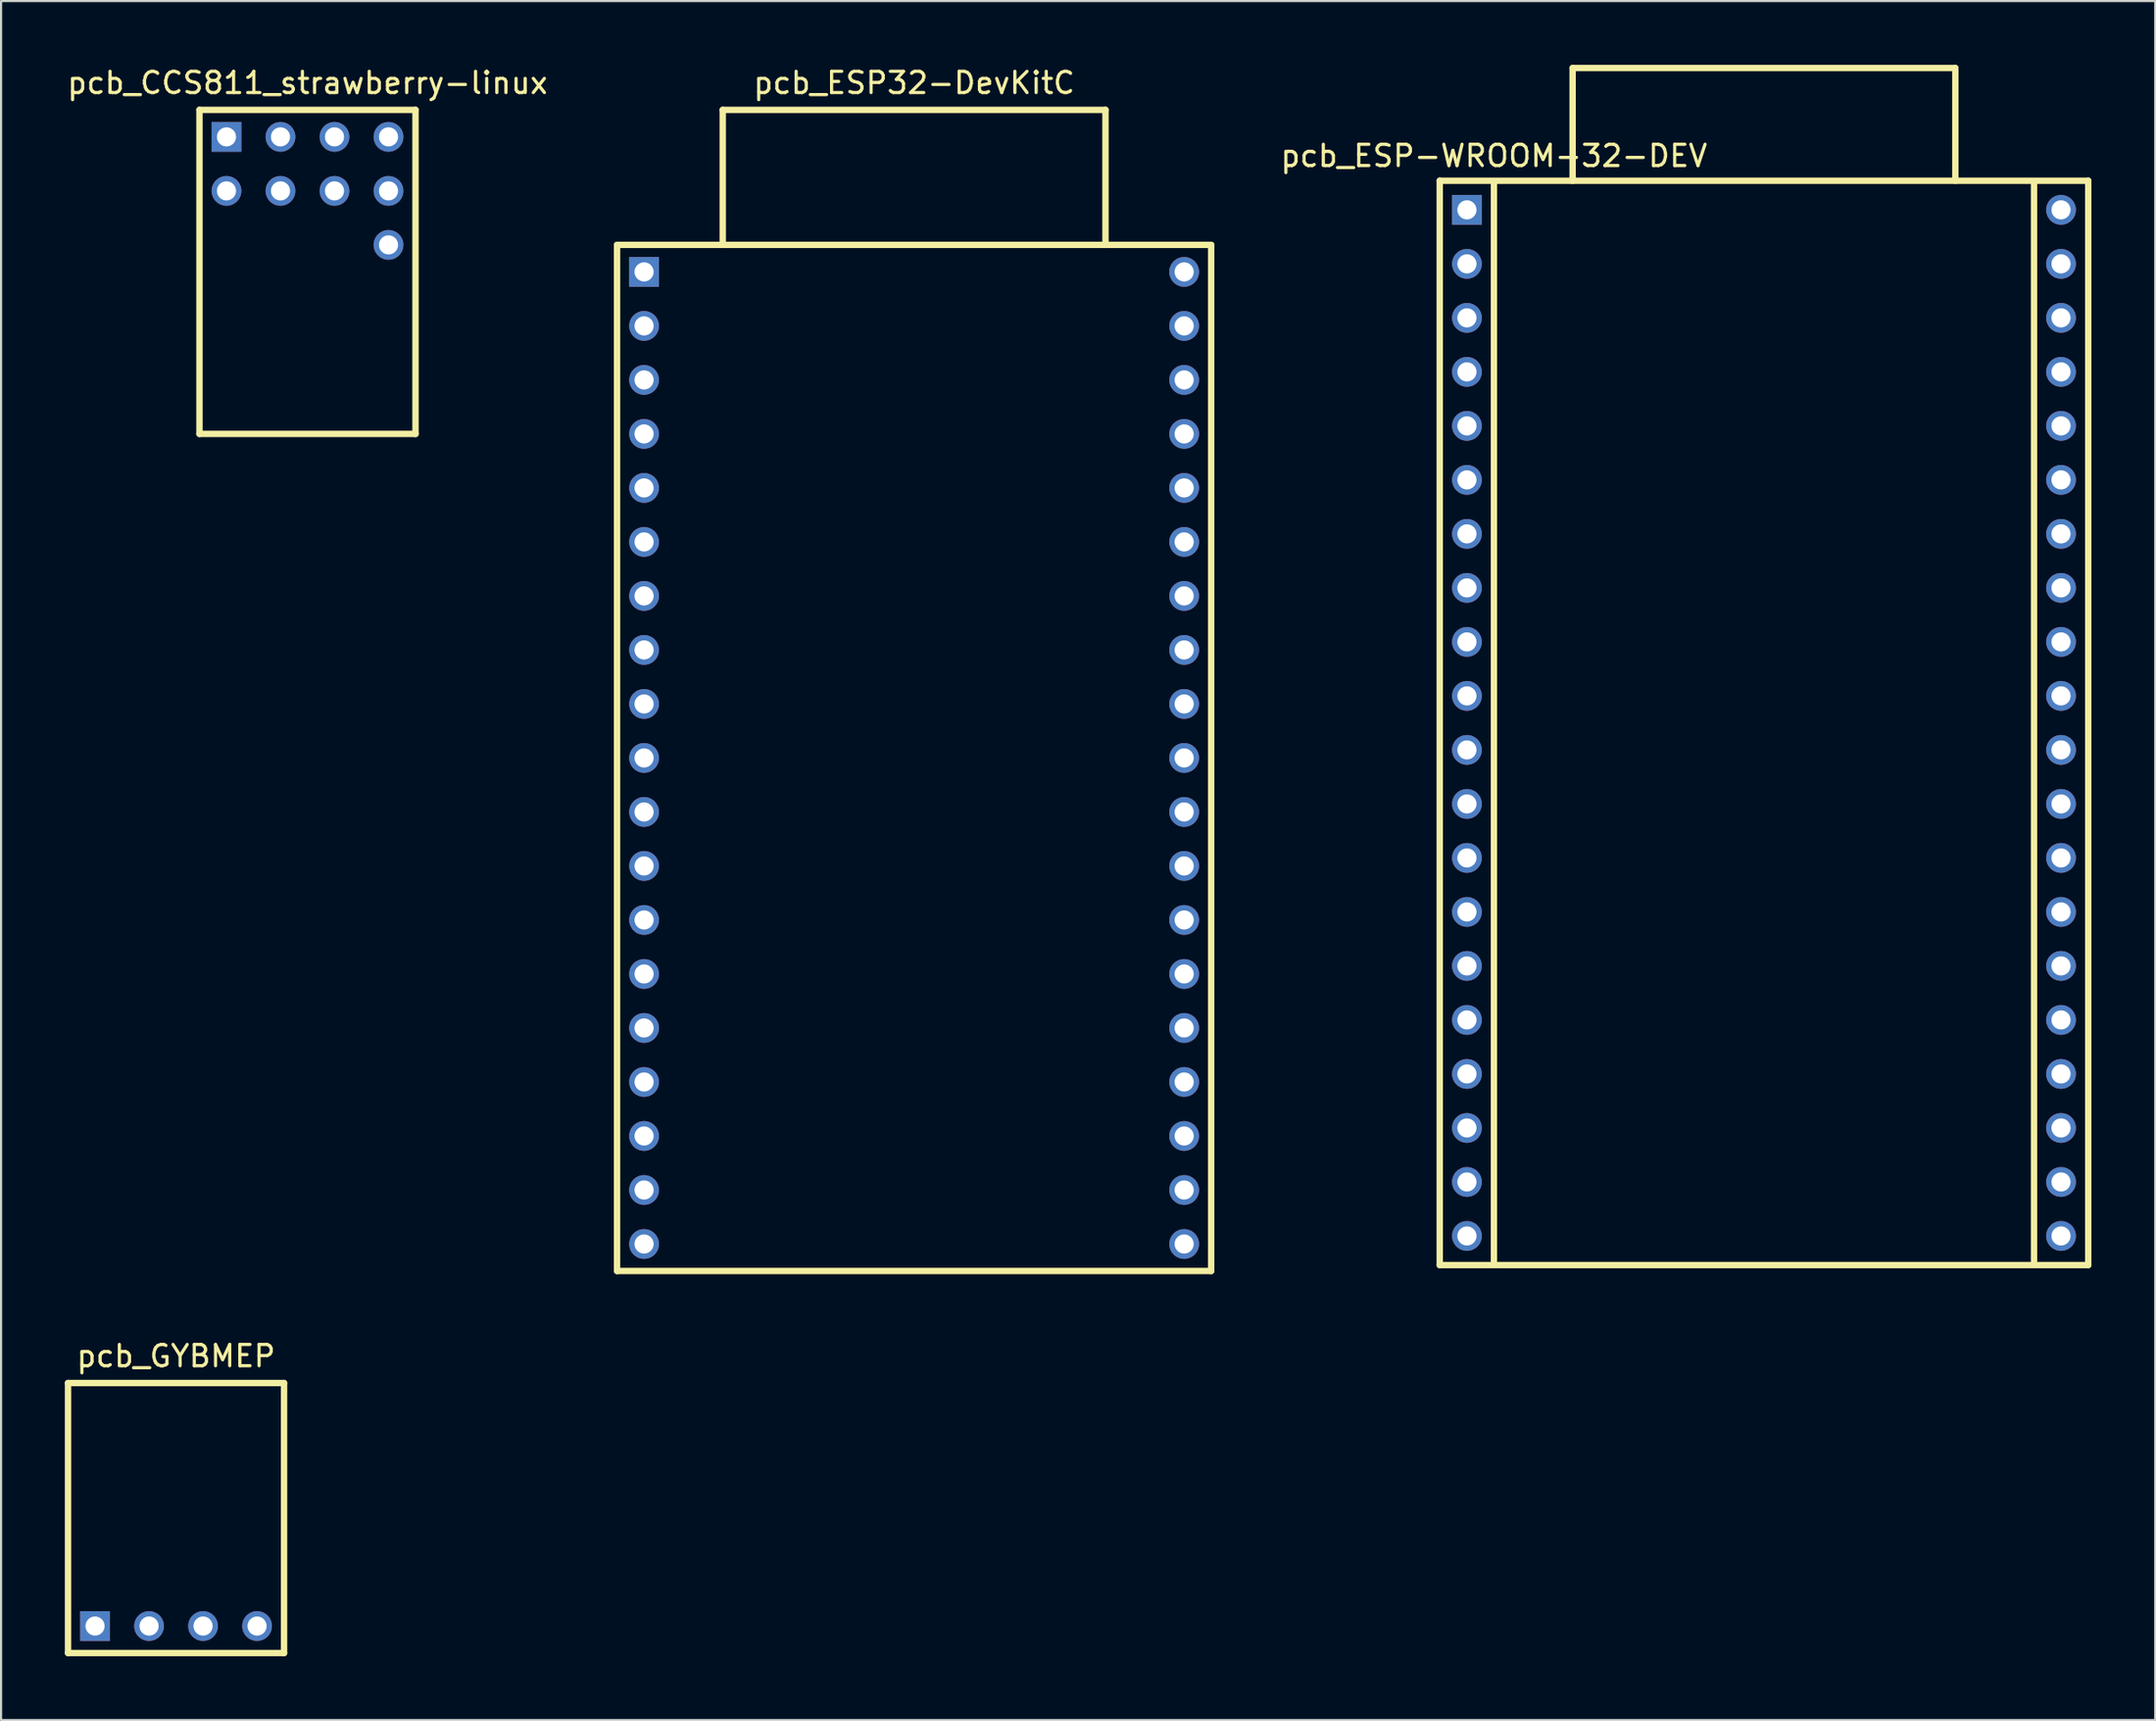
<source format=kicad_pcb>
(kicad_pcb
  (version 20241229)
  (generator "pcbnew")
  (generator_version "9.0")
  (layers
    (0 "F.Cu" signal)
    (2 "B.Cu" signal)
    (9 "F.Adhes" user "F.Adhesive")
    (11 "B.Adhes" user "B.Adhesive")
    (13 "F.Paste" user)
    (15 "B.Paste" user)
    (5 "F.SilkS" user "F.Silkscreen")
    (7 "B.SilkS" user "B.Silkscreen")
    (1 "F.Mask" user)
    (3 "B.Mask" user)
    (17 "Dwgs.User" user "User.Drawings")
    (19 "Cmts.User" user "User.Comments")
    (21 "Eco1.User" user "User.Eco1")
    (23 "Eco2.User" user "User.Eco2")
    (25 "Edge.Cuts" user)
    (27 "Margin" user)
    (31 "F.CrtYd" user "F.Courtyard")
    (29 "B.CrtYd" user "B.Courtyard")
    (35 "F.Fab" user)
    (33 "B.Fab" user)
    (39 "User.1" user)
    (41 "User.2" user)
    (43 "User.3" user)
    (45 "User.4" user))
  (footprint "pcb_ESP32-DevKitC"
    (layer "F.Cu")
    (at 39.941 32.598)
    (property "Reference" "pcb_ESP32-DevKitC" (at 0 -31.75 0) (layer "F.SilkS") (effects (font (size 1 1) (thickness 0.15))))
    (attr through_hole)
    (fp_line (start -13.97 -24.13) (end -13.97 24.13) (stroke (width 0.3) (type solid)) (layer "F.SilkS"))
    (fp_line (start -13.97 24.13) (end 13.97 24.13) (stroke (width 0.3) (type solid)) (layer "F.SilkS"))
    (fp_line (start -9 -30.48) (end 9 -30.48) (stroke (width 0.3) (type solid)) (layer "F.SilkS"))
    (fp_line (start -9 -24.13) (end -9 -30.48) (stroke (width 0.3) (type solid)) (layer "F.SilkS"))
    (fp_line (start 9 -30.48) (end 9 -24.13) (stroke (width 0.3) (type solid)) (layer "F.SilkS"))
    (fp_line (start 13.97 -24.13) (end -13.97 -24.13) (stroke (width 0.3) (type solid)) (layer "F.SilkS"))
    (fp_line (start 13.97 24.13) (end 13.97 -24.13) (stroke (width 0.3) (type solid)) (layer "F.SilkS"))
    (pad "1" thru_hole rect (at -12.7 -22.86) (size 1.4 1.4) (drill 0.9) (layers "*.Cu" "*.Mask"))
    (pad "2" thru_hole circle (at -12.7 -20.32) (size 1.4 1.4) (drill 0.9) (layers "*.Cu" "*.Mask"))
    (pad "3" thru_hole circle (at -12.7 -17.78) (size 1.4 1.4) (drill 0.9) (layers "*.Cu" "*.Mask"))
    (pad "4" thru_hole circle (at -12.7 -15.24) (size 1.4 1.4) (drill 0.9) (layers "*.Cu" "*.Mask"))
    (pad "5" thru_hole circle (at -12.7 -12.7) (size 1.4 1.4) (drill 0.9) (layers "*.Cu" "*.Mask"))
    (pad "6" thru_hole circle (at -12.7 -10.16) (size 1.4 1.4) (drill 0.9) (layers "*.Cu" "*.Mask"))
    (pad "7" thru_hole circle (at -12.7 -7.62) (size 1.4 1.4) (drill 0.9) (layers "*.Cu" "*.Mask"))
    (pad "8" thru_hole circle (at -12.7 -5.08) (size 1.4 1.4) (drill 0.9) (layers "*.Cu" "*.Mask"))
    (pad "9" thru_hole circle (at -12.7 -2.54) (size 1.4 1.4) (drill 0.9) (layers "*.Cu" "*.Mask"))
    (pad "10" thru_hole circle (at -12.7 0) (size 1.4 1.4) (drill 0.9) (layers "*.Cu" "*.Mask"))
    (pad "11" thru_hole circle (at -12.7 2.54) (size 1.4 1.4) (drill 0.9) (layers "*.Cu" "*.Mask"))
    (pad "12" thru_hole circle (at -12.7 5.08) (size 1.4 1.4) (drill 0.9) (layers "*.Cu" "*.Mask"))
    (pad "13" thru_hole circle (at -12.7 7.62) (size 1.4 1.4) (drill 0.9) (layers "*.Cu" "*.Mask"))
    (pad "14" thru_hole circle (at -12.7 10.16) (size 1.4 1.4) (drill 0.9) (layers "*.Cu" "*.Mask"))
    (pad "15" thru_hole circle (at -12.7 12.7) (size 1.4 1.4) (drill 0.9) (layers "*.Cu" "*.Mask"))
    (pad "16" thru_hole circle (at -12.7 15.24) (size 1.4 1.4) (drill 0.9) (layers "*.Cu" "*.Mask"))
    (pad "17" thru_hole circle (at -12.7 17.78) (size 1.4 1.4) (drill 0.9) (layers "*.Cu" "*.Mask"))
    (pad "18" thru_hole circle (at -12.7 20.32) (size 1.4 1.4) (drill 0.9) (layers "*.Cu" "*.Mask"))
    (pad "19" thru_hole circle (at -12.7 22.86) (size 1.4 1.4) (drill 0.9) (layers "*.Cu" "*.Mask"))
    (pad "20" thru_hole circle (at 12.7 22.86) (size 1.4 1.4) (drill 0.9) (layers "*.Cu" "*.Mask"))
    (pad "21" thru_hole circle (at 12.7 20.32) (size 1.4 1.4) (drill 0.9) (layers "*.Cu" "*.Mask"))
    (pad "22" thru_hole circle (at 12.7 17.78) (size 1.4 1.4) (drill 0.9) (layers "*.Cu" "*.Mask"))
    (pad "23" thru_hole circle (at 12.7 15.24) (size 1.4 1.4) (drill 0.9) (layers "*.Cu" "*.Mask"))
    (pad "24" thru_hole circle (at 12.7 12.7) (size 1.4 1.4) (drill 0.9) (layers "*.Cu" "*.Mask"))
    (pad "25" thru_hole circle (at 12.7 10.16) (size 1.4 1.4) (drill 0.9) (layers "*.Cu" "*.Mask"))
    (pad "26" thru_hole circle (at 12.7 7.62) (size 1.4 1.4) (drill 0.9) (layers "*.Cu" "*.Mask"))
    (pad "27" thru_hole circle (at 12.7 5.08) (size 1.4 1.4) (drill 0.9) (layers "*.Cu" "*.Mask"))
    (pad "28" thru_hole circle (at 12.7 2.54) (size 1.4 1.4) (drill 0.9) (layers "*.Cu" "*.Mask"))
    (pad "29" thru_hole circle (at 12.7 0) (size 1.4 1.4) (drill 0.9) (layers "*.Cu" "*.Mask"))
    (pad "30" thru_hole circle (at 12.7 -2.54) (size 1.4 1.4) (drill 0.9) (layers "*.Cu" "*.Mask"))
    (pad "31" thru_hole circle (at 12.7 -5.08) (size 1.4 1.4) (drill 0.9) (layers "*.Cu" "*.Mask"))
    (pad "32" thru_hole circle (at 12.7 -7.62) (size 1.4 1.4) (drill 0.9) (layers "*.Cu" "*.Mask"))
    (pad "33" thru_hole circle (at 12.7 -10.16) (size 1.4 1.4) (drill 0.9) (layers "*.Cu" "*.Mask"))
    (pad "34" thru_hole circle (at 12.7 -12.7) (size 1.4 1.4) (drill 0.9) (layers "*.Cu" "*.Mask"))
    (pad "35" thru_hole circle (at 12.7 -15.24) (size 1.4 1.4) (drill 0.9) (layers "*.Cu" "*.Mask"))
    (pad "36" thru_hole circle (at 12.7 -17.78) (size 1.4 1.4) (drill 0.9) (layers "*.Cu" "*.Mask"))
    (pad "37" thru_hole circle (at 12.7 -20.32) (size 1.4 1.4) (drill 0.9) (layers "*.Cu" "*.Mask"))
    (pad "38" thru_hole circle (at 12.7 -22.86) (size 1.4 1.4) (drill 0.9) (layers "*.Cu" "*.Mask")))
  (footprint "pcb_ESP-WROOM-32-DEV"
    (layer "F.Cu")
    (at 79.91 30.95)
    (property "Reference" "pcb_ESP-WROOM-32-DEV" (at -12.7 -26.67 0) (layer "F.SilkS") (effects (font (size 1 1) (thickness 0.15))))
    (attr through_hole)
    (fp_line (start -15.25 -25.5) (end -15.25 25.5) (stroke (width 0.3) (type solid)) (layer "F.SilkS"))
    (fp_line (start -15.25 -25.5) (end 15.25 -25.5) (stroke (width 0.3) (type solid)) (layer "F.SilkS"))
    (fp_line (start -15.25 25.5) (end 15.25 25.5) (stroke (width 0.3) (type solid)) (layer "F.SilkS"))
    (fp_line (start -12.7 25.4) (end -12.7 -25.4) (stroke (width 0.3) (type solid)) (layer "F.SilkS"))
    (fp_line (start -9 -30.8) (end 9 -30.8) (stroke (width 0.3) (type solid)) (layer "F.SilkS"))
    (fp_line (start -9 -25.5) (end -9 -30.8) (stroke (width 0.3) (type solid)) (layer "F.SilkS"))
    (fp_line (start 9 -30.8) (end 9 -25.5) (stroke (width 0.3) (type solid)) (layer "F.SilkS"))
    (fp_line (start 12.7 -25.4) (end 12.7 25.4) (stroke (width 0.3) (type solid)) (layer "F.SilkS"))
    (fp_line (start 15.25 -25.5) (end 15.25 25.5) (stroke (width 0.3) (type solid)) (layer "F.SilkS"))
    (pad "1" thru_hole rect (at -13.97 -24.13) (size 1.4 1.4) (drill 0.9) (layers "*.Cu" "*.Mask"))
    (pad "2" thru_hole circle (at -13.97 -21.59) (size 1.4 1.4) (drill 0.9) (layers "*.Cu" "*.Mask"))
    (pad "3" thru_hole circle (at -13.97 -19.05) (size 1.4 1.4) (drill 0.9) (layers "*.Cu" "*.Mask"))
    (pad "4" thru_hole circle (at -13.97 -16.51) (size 1.4 1.4) (drill 0.9) (layers "*.Cu" "*.Mask"))
    (pad "5" thru_hole circle (at -13.97 -13.97) (size 1.4 1.4) (drill 0.9) (layers "*.Cu" "*.Mask"))
    (pad "6" thru_hole circle (at -13.97 -11.43) (size 1.4 1.4) (drill 0.9) (layers "*.Cu" "*.Mask"))
    (pad "7" thru_hole circle (at -13.97 -8.89) (size 1.4 1.4) (drill 0.9) (layers "*.Cu" "*.Mask"))
    (pad "8" thru_hole circle (at -13.97 -6.35) (size 1.4 1.4) (drill 0.9) (layers "*.Cu" "*.Mask"))
    (pad "9" thru_hole circle (at -13.97 -3.81) (size 1.4 1.4) (drill 0.9) (layers "*.Cu" "*.Mask"))
    (pad "10" thru_hole circle (at -13.97 -1.27) (size 1.4 1.4) (drill 0.9) (layers "*.Cu" "*.Mask"))
    (pad "11" thru_hole circle (at -13.97 1.27) (size 1.4 1.4) (drill 0.9) (layers "*.Cu" "*.Mask"))
    (pad "12" thru_hole circle (at -13.97 3.81) (size 1.4 1.4) (drill 0.9) (layers "*.Cu" "*.Mask"))
    (pad "13" thru_hole circle (at -13.97 6.35) (size 1.4 1.4) (drill 0.9) (layers "*.Cu" "*.Mask"))
    (pad "14" thru_hole circle (at -13.97 8.89) (size 1.4 1.4) (drill 0.9) (layers "*.Cu" "*.Mask"))
    (pad "15" thru_hole circle (at -13.97 11.43) (size 1.4 1.4) (drill 0.9) (layers "*.Cu" "*.Mask"))
    (pad "16" thru_hole circle (at -13.97 13.97) (size 1.4 1.4) (drill 0.9) (layers "*.Cu" "*.Mask"))
    (pad "17" thru_hole circle (at -13.97 16.51) (size 1.4 1.4) (drill 0.9) (layers "*.Cu" "*.Mask"))
    (pad "18" thru_hole circle (at -13.97 19.05) (size 1.4 1.4) (drill 0.9) (layers "*.Cu" "*.Mask"))
    (pad "19" thru_hole circle (at -13.97 21.59) (size 1.4 1.4) (drill 0.9) (layers "*.Cu" "*.Mask"))
    (pad "20" thru_hole circle (at -13.97 24.13) (size 1.4 1.4) (drill 0.9) (layers "*.Cu" "*.Mask"))
    (pad "21" thru_hole circle (at 13.97 24.13) (size 1.4 1.4) (drill 0.9) (layers "*.Cu" "*.Mask"))
    (pad "22" thru_hole circle (at 13.97 21.59) (size 1.4 1.4) (drill 0.9) (layers "*.Cu" "*.Mask"))
    (pad "23" thru_hole circle (at 13.97 19.05) (size 1.4 1.4) (drill 0.9) (layers "*.Cu" "*.Mask"))
    (pad "24" thru_hole circle (at 13.97 16.51) (size 1.4 1.4) (drill 0.9) (layers "*.Cu" "*.Mask"))
    (pad "25" thru_hole circle (at 13.97 13.97) (size 1.4 1.4) (drill 0.9) (layers "*.Cu" "*.Mask"))
    (pad "26" thru_hole circle (at 13.97 11.43) (size 1.4 1.4) (drill 0.9) (layers "*.Cu" "*.Mask"))
    (pad "27" thru_hole circle (at 13.97 8.89) (size 1.4 1.4) (drill 0.9) (layers "*.Cu" "*.Mask"))
    (pad "28" thru_hole circle (at 13.97 6.35) (size 1.4 1.4) (drill 0.9) (layers "*.Cu" "*.Mask"))
    (pad "29" thru_hole circle (at 13.97 3.81) (size 1.4 1.4) (drill 0.9) (layers "*.Cu" "*.Mask"))
    (pad "30" thru_hole circle (at 13.97 1.27) (size 1.4 1.4) (drill 0.9) (layers "*.Cu" "*.Mask"))
    (pad "31" thru_hole circle (at 13.97 -1.27) (size 1.4 1.4) (drill 0.9) (layers "*.Cu" "*.Mask"))
    (pad "32" thru_hole circle (at 13.97 -3.81) (size 1.4 1.4) (drill 0.9) (layers "*.Cu" "*.Mask"))
    (pad "33" thru_hole circle (at 13.97 -6.35) (size 1.4 1.4) (drill 0.9) (layers "*.Cu" "*.Mask"))
    (pad "34" thru_hole circle (at 13.97 -8.89) (size 1.4 1.4) (drill 0.9) (layers "*.Cu" "*.Mask"))
    (pad "35" thru_hole circle (at 13.97 -11.43) (size 1.4 1.4) (drill 0.9) (layers "*.Cu" "*.Mask"))
    (pad "36" thru_hole circle (at 13.97 -13.97) (size 1.4 1.4) (drill 0.9) (layers "*.Cu" "*.Mask"))
    (pad "37" thru_hole circle (at 13.97 -16.51) (size 1.4 1.4) (drill 0.9) (layers "*.Cu" "*.Mask"))
    (pad "38" thru_hole circle (at 13.97 -19.05) (size 1.4 1.4) (drill 0.9) (layers "*.Cu" "*.Mask"))
    (pad "39" thru_hole circle (at 13.97 -21.59) (size 1.4 1.4) (drill 0.9) (layers "*.Cu" "*.Mask"))
    (pad "40" thru_hole circle (at 13.97 -24.13) (size 1.4 1.4) (drill 0.9) (layers "*.Cu" "*.Mask")))
  (footprint "pcb_CCS811_strawberry-linux"
    (layer "F.Cu")
    (at 11.411 4.658)
    (property "Reference" "pcb_CCS811_strawberry-linux" (at 0 -3.81 0) (layer "F.SilkS") (effects (font (size 1 1) (thickness 0.15))))
    (attr through_hole)
    (fp_line (start -5.08 -2.54) (end -5.08 12.7) (stroke (width 0.3) (type solid)) (layer "F.SilkS"))
    (fp_line (start -5.08 12.7) (end 5.08 12.7) (stroke (width 0.3) (type solid)) (layer "F.SilkS"))
    (fp_line (start 5.08 -2.54) (end -5.08 -2.54) (stroke (width 0.3) (type solid)) (layer "F.SilkS"))
    (fp_line (start 5.08 12.7) (end 5.08 -2.54) (stroke (width 0.3) (type solid)) (layer "F.SilkS"))
    (pad "1" thru_hole rect (at -3.81 -1.27) (size 1.4 1.4) (drill 0.9) (layers "*.Cu" "*.Mask"))
    (pad "2" thru_hole circle (at -1.27 -1.27) (size 1.4 1.4) (drill 0.9) (layers "*.Cu" "*.Mask"))
    (pad "3" thru_hole circle (at 1.27 -1.27) (size 1.4 1.4) (drill 0.9) (layers "*.Cu" "*.Mask"))
    (pad "4" thru_hole circle (at 3.81 -1.27) (size 1.4 1.4) (drill 0.9) (layers "*.Cu" "*.Mask"))
    (pad "5" thru_hole circle (at -3.81 1.27) (size 1.4 1.4) (drill 0.9) (layers "*.Cu" "*.Mask"))
    (pad "6" thru_hole circle (at -1.27 1.27) (size 1.4 1.4) (drill 0.9) (layers "*.Cu" "*.Mask"))
    (pad "7" thru_hole circle (at 1.27 1.27) (size 1.4 1.4) (drill 0.9) (layers "*.Cu" "*.Mask"))
    (pad "8" thru_hole circle (at 3.81 1.27) (size 1.4 1.4) (drill 0.9) (layers "*.Cu" "*.Mask"))
    (pad "9" thru_hole circle (at 3.81 3.81) (size 1.4 1.4) (drill 0.9) (layers "*.Cu" "*.Mask")))
  (footprint "pcb_GYBMEP"
    (layer "F.Cu")
    (at 5.23 73.427)
    (property "Reference" "pcb_GYBMEP" (at 0 -12.7 0) (layer "F.SilkS") (effects (font (size 1 1) (thickness 0.15))))
    (attr through_hole)
    (fp_line (start -5.08 1.27) (end -5.08 -11.43) (stroke (width 0.3) (type solid)) (layer "F.SilkS"))
    (fp_line (start -5.08 1.27) (end 5.08 1.27) (stroke (width 0.3) (type solid)) (layer "F.SilkS"))
    (fp_line (start 5.08 -11.43) (end -5.08 -11.43) (stroke (width 0.3) (type solid)) (layer "F.SilkS"))
    (fp_line (start 5.08 1.27) (end 5.08 -11.43) (stroke (width 0.3) (type solid)) (layer "F.SilkS"))
    (pad "1" thru_hole rect (at -3.81 0) (size 1.4 1.4) (drill 0.9) (layers "*.Cu" "*.Mask"))
    (pad "2" thru_hole circle (at -1.27 0) (size 1.4 1.4) (drill 0.9) (layers "*.Cu" "*.Mask"))
    (pad "3" thru_hole circle (at 1.27 0) (size 1.4 1.4) (drill 0.9) (layers "*.Cu" "*.Mask"))
    (pad "4" thru_hole circle (at 3.81 0) (size 1.4 1.4) (drill 0.9) (layers "*.Cu" "*.Mask")))
  (gr_rect
    (start -3 -3)
    (end 98.31 77.847)
    (stroke (width 0.1) (type default))
    (fill no)
    (layer "Edge.Cuts")))
</source>
